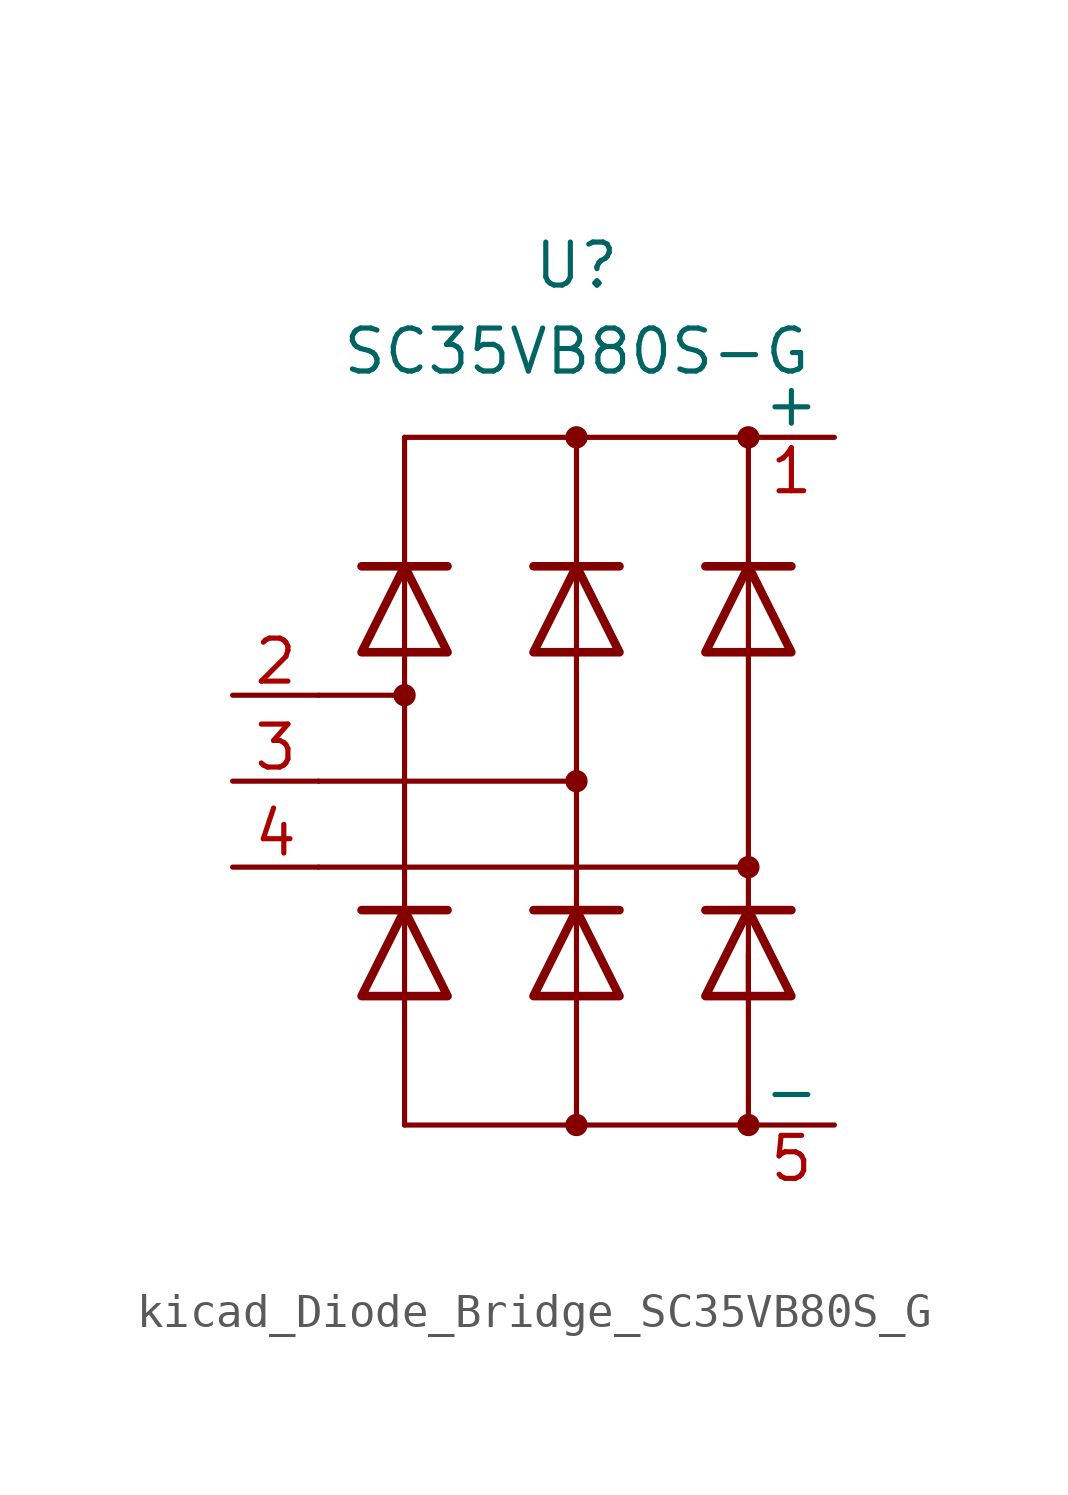
<source format=kicad_sym>
(kicad_symbol_lib
  (version 20220914)
  (generator kicad_symbol_editor)
  (symbol "kicad_Diode_Bridge_SC35VB80S_G"
    (pin_names
      (offset 0))
    (property "Reference" "U"
      (at 0 15.24 0)
      (effects (font (size 1.27 1.27))))
    (property "Value" "SC35VB80S-G"
      (at 0 12.7 0)
      (effects (font (size 1.27 1.27))))
    (symbol "kicad_Diode_Bridge_SC35VB80S_G_1_1"
      (circle (center -5.08 2.54) (radius 0.254) (stroke (width 0) (type default)) (fill (type outline)))
      (circle (center 0 -10.16) (radius 0.254) (stroke (width 0) (type default)) (fill (type outline)))
      (polyline (pts (xy -7.62 -2.54) (xy 5.08 -2.54)) (stroke (width 0) (type default)) (fill (type none)))
      (polyline (pts (xy -7.62 0) (xy 0 0)) (stroke (width 0) (type default)) (fill (type none)))
      (polyline (pts (xy -7.62 2.54) (xy -5.08 2.54)) (stroke (width 0) (type default)) (fill (type none)))
      (polyline (pts (xy -5.08 -10.16) (xy 5.08 -10.16)) (stroke (width 0) (type default)) (fill (type none)))
      (polyline (pts (xy -5.08 -6.35) (xy -5.08 -10.16)) (stroke (width 0) (type default)) (fill (type none)))
      (polyline (pts (xy -5.08 -6.35) (xy -5.08 -3.81)) (stroke (width 0) (type default)) (fill (type none)))
      (polyline (pts (xy -5.08 3.81) (xy -5.08 -3.81)) (stroke (width 0) (type default)) (fill (type none)))
      (polyline (pts (xy -5.08 3.81) (xy -5.08 6.35)) (stroke (width 0) (type default)) (fill (type none)))
      (polyline (pts (xy -5.08 10.16) (xy -5.08 6.35)) (stroke (width 0) (type default)) (fill (type none)))
      (polyline (pts (xy -5.08 10.16) (xy 5.08 10.16)) (stroke (width 0) (type default)) (fill (type none)))
      (polyline (pts (xy -3.81 -3.81) (xy -6.35 -3.81)) (stroke (width 0.254) (type default)) (fill (type none)))
      (polyline (pts (xy -3.81 6.35) (xy -6.35 6.35)) (stroke (width 0.254) (type default)) (fill (type none)))
      (polyline (pts (xy 0 -6.35) (xy 0 -10.16)) (stroke (width 0) (type default)) (fill (type none)))
      (polyline (pts (xy 0 -6.35) (xy 0 -3.81)) (stroke (width 0) (type default)) (fill (type none)))
      (polyline (pts (xy 0 3.81) (xy 0 -3.81)) (stroke (width 0) (type default)) (fill (type none)))
      (polyline (pts (xy 0 3.81) (xy 0 6.35)) (stroke (width 0) (type default)) (fill (type none)))
      (polyline (pts (xy 0 6.35) (xy 0 10.16)) (stroke (width 0) (type default)) (fill (type none)))
      (polyline (pts (xy 1.27 -3.81) (xy -1.27 -3.81)) (stroke (width 0.254) (type default)) (fill (type none)))
      (polyline (pts (xy 1.27 6.35) (xy -1.27 6.35)) (stroke (width 0.254) (type default)) (fill (type none)))
      (polyline (pts (xy 5.08 -10.16) (xy 5.08 -5.08)) (stroke (width 0) (type default)) (fill (type none)))
      (polyline (pts (xy 5.08 -6.35) (xy 5.08 -3.81)) (stroke (width 0) (type default)) (fill (type none)))
      (polyline (pts (xy 5.08 3.81) (xy 5.08 -3.81)) (stroke (width 0) (type default)) (fill (type none)))
      (polyline (pts (xy 5.08 3.81) (xy 5.08 6.35)) (stroke (width 0) (type default)) (fill (type none)))
      (polyline (pts (xy 5.08 10.16) (xy 5.08 6.35)) (stroke (width 0) (type default)) (fill (type none)))
      (polyline (pts (xy 6.35 -3.81) (xy 3.81 -3.81)) (stroke (width 0.254) (type default)) (fill (type none)))
      (polyline (pts (xy 6.35 6.35) (xy 3.81 6.35)) (stroke (width 0.254) (type default)) (fill (type none)))
      (polyline (pts (xy -3.81 -6.35) (xy -6.35 -6.35) (xy -5.08 -3.81) (xy -3.81 -6.35)) (stroke (width 0.254) (type default)) (fill (type none)))
      (polyline (pts (xy -3.81 3.81) (xy -6.35 3.81) (xy -5.08 6.35) (xy -3.81 3.81)) (stroke (width 0.254) (type default)) (fill (type none)))
      (polyline (pts (xy 1.27 -6.35) (xy -1.27 -6.35) (xy 0 -3.81) (xy 1.27 -6.35)) (stroke (width 0.254) (type default)) (fill (type none)))
      (polyline (pts (xy 1.27 3.81) (xy -1.27 3.81) (xy 0 6.35) (xy 1.27 3.81)) (stroke (width 0.254) (type default)) (fill (type none)))
      (polyline (pts (xy 6.35 -6.35) (xy 3.81 -6.35) (xy 5.08 -3.81) (xy 6.35 -6.35)) (stroke (width 0.254) (type default)) (fill (type none)))
      (polyline (pts (xy 6.35 3.81) (xy 3.81 3.81) (xy 5.08 6.35) (xy 6.35 3.81)) (stroke (width 0.254) (type default)) (fill (type none)))
      (circle (center 0 0) (radius 0.254) (stroke (width 0) (type default)) (fill (type outline)))
      (circle (center 0 10.16) (radius 0.254) (stroke (width 0) (type default)) (fill (type outline)))
      (circle (center 5.08 -10.16) (radius 0.254) (stroke (width 0) (type default)) (fill (type outline)))
      (circle (center 5.08 -2.54) (radius 0.254) (stroke (width 0) (type default)) (fill (type outline)))
      (circle (center 5.08 10.16) (radius 0.254) (stroke (width 0) (type default)) (fill (type outline)))
      (pin passive line (at 7.62 10.16 180) (length 2.54) (name "+" (effects (font (size 1.27 1.27)))) (number "1" (effects (font (size 1.27 1.27)))))
      (pin passive line (at -10.16 2.54 0) (length 2.54) (name "~" (effects (font (size 1.27 1.27)))) (number "2" (effects (font (size 1.27 1.27)))))
      (pin passive line (at -10.16 0 0) (length 2.54) (name "~" (effects (font (size 1.27 1.27)))) (number "3" (effects (font (size 1.27 1.27)))))
      (pin passive line (at -10.16 -2.54 0) (length 2.54) (name "~" (effects (font (size 1.27 1.27)))) (number "4" (effects (font (size 1.27 1.27)))))
      (pin passive line (at 7.62 -10.16 180) (length 2.54) (name "-" (effects (font (size 1.27 1.27)))) (number "5" (effects (font (size 1.27 1.27))))))))
</source>
